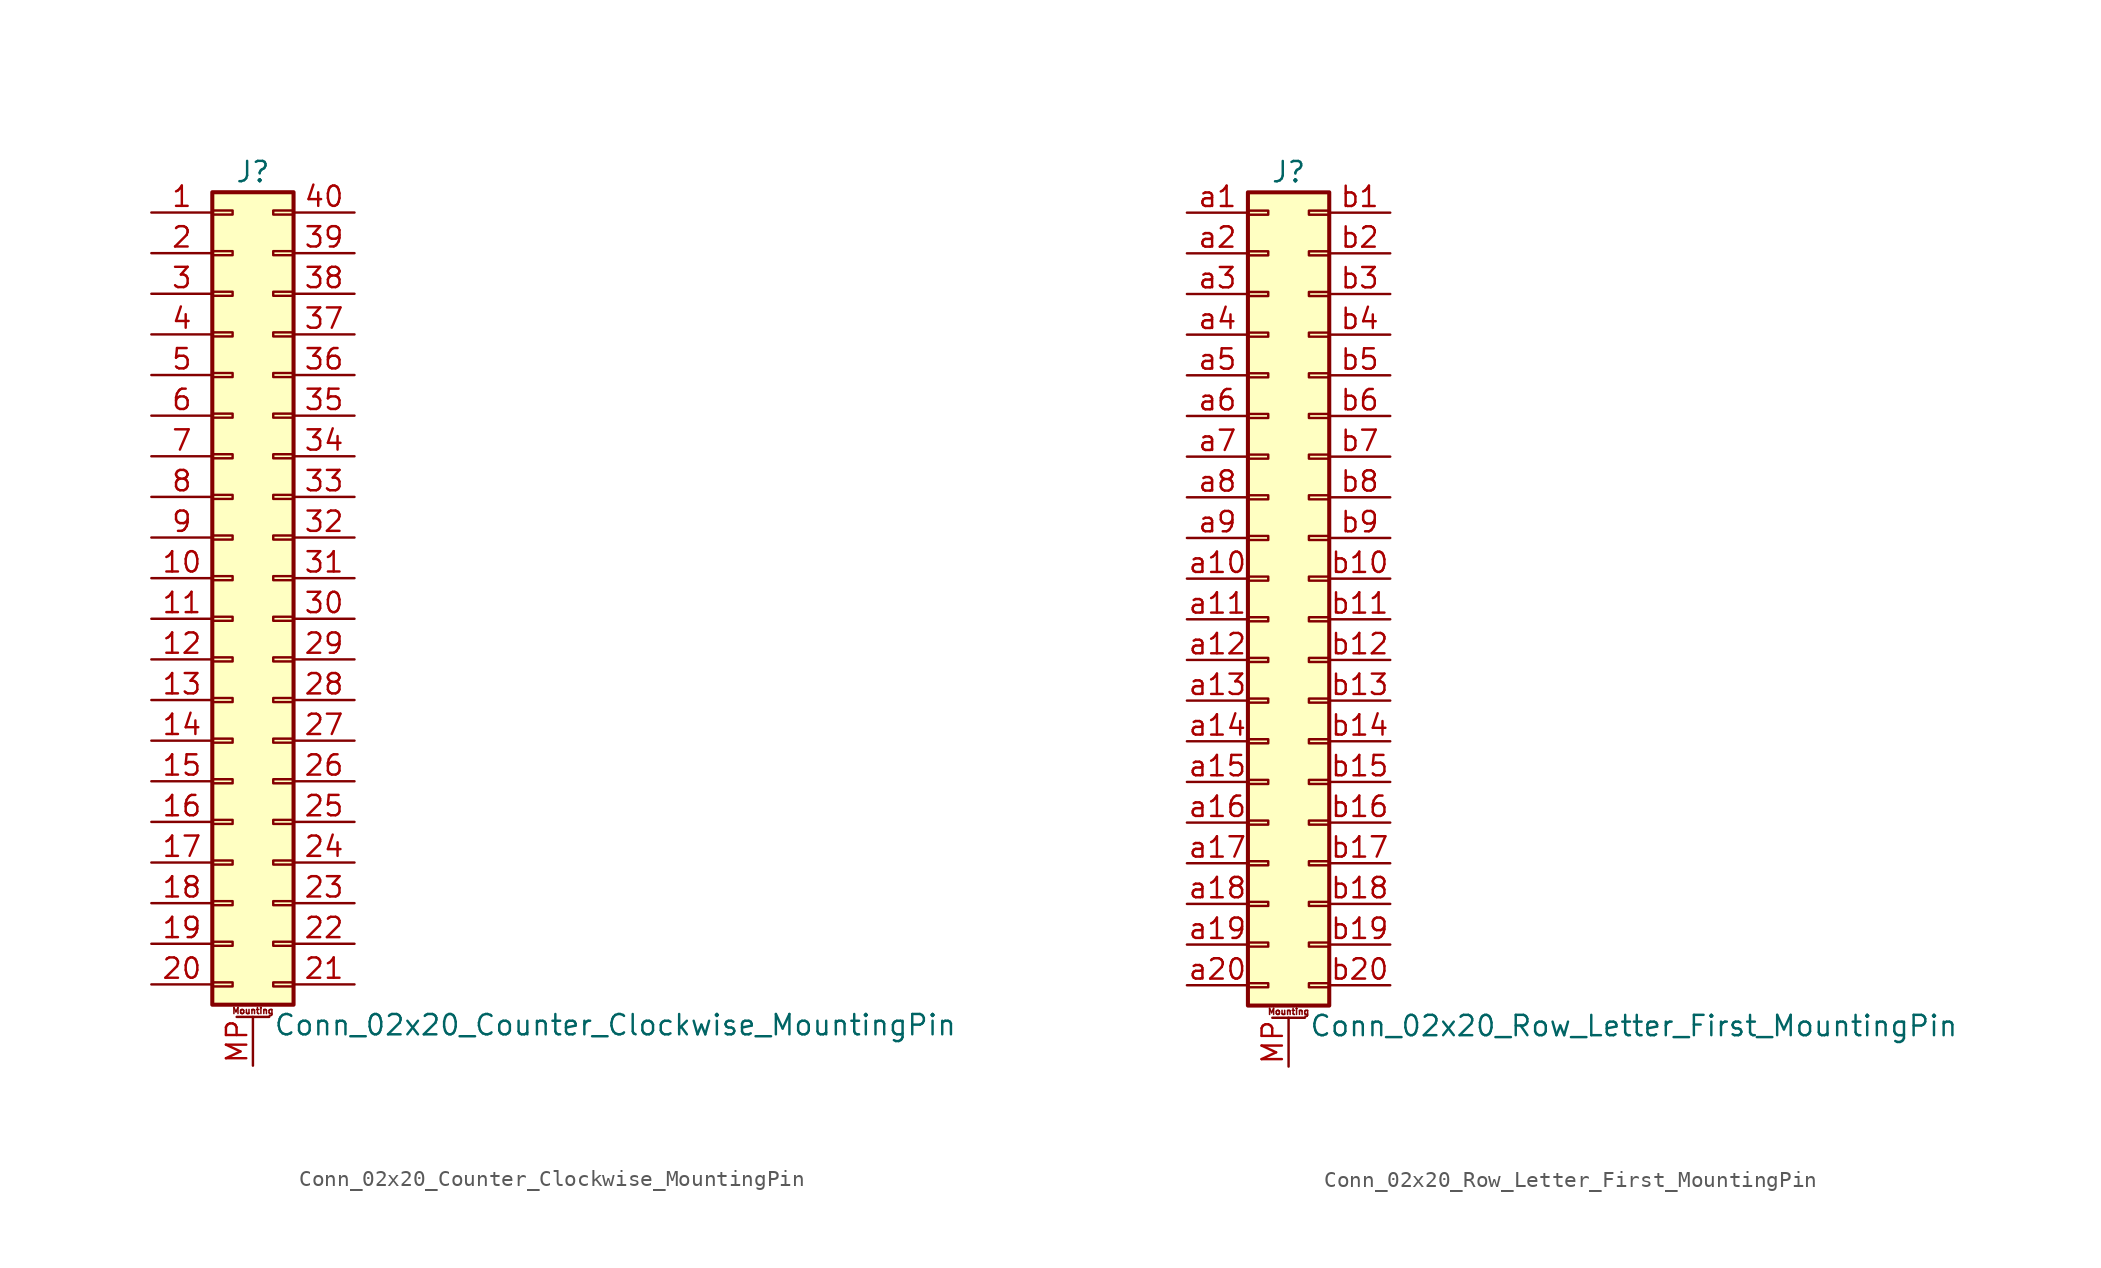
<source format=kicad_sym>
(kicad_symbol_lib
  (version 20201005)
  (generator kicad_symbol_editor)
  (symbol "Connector_Generic_MountingPin:Conn_02x20_Counter_Clockwise_MountingPin"
    (pin_names
      (offset 1.016) hide)
    (property "Reference" "J"
      (at 1.27 25.4 0)
      (effects (font (size 1.27 1.27))))
    (property "Value" "Conn_02x20_Counter_Clockwise_MountingPin"
      (at 2.54 -27.94 0)
      (effects (font (size 1.27 1.27)) (justify left)))
    (symbol "Conn_02x20_Counter_Clockwise_MountingPin_1_1"
      (text "Mounting" (at 1.27 -27.051 0) (effects (font (size 0.381 0.381))))
      (rectangle (start -1.27 -4.953) (end 0 -5.207) (stroke (width 0.152)) (fill (type none)))
      (rectangle (start -1.27 -7.493) (end 0 -7.747) (stroke (width 0.152)) (fill (type none)))
      (rectangle (start -1.27 -10.033) (end 0 -10.287) (stroke (width 0.152)) (fill (type none)))
      (rectangle (start -1.27 -12.573) (end 0 -12.827) (stroke (width 0.152)) (fill (type none)))
      (rectangle (start -1.27 -15.113) (end 0 -15.367) (stroke (width 0.152)) (fill (type none)))
      (rectangle (start -1.27 -17.653) (end 0 -17.907) (stroke (width 0.152)) (fill (type none)))
      (rectangle (start -1.27 -20.193) (end 0 -20.447) (stroke (width 0.152)) (fill (type none)))
      (rectangle (start -1.27 -22.733) (end 0 -22.987) (stroke (width 0.152)) (fill (type none)))
      (rectangle (start -1.27 -2.413) (end 0 -2.667) (stroke (width 0.152)) (fill (type none)))
      (rectangle (start -1.27 -25.273) (end 0 -25.527) (stroke (width 0.152)) (fill (type none)))
      (rectangle (start -1.27 2.667) (end 0 2.413) (stroke (width 0.152)) (fill (type none)))
      (rectangle (start -1.27 5.207) (end 0 4.953) (stroke (width 0.152)) (fill (type none)))
      (rectangle (start -1.27 7.747) (end 0 7.493) (stroke (width 0.152)) (fill (type none)))
      (rectangle (start -1.27 10.287) (end 0 10.033) (stroke (width 0.152)) (fill (type none)))
      (rectangle (start -1.27 0.127) (end 0 -0.127) (stroke (width 0.152)) (fill (type none)))
      (rectangle (start -1.27 12.827) (end 0 12.573) (stroke (width 0.152)) (fill (type none)))
      (rectangle (start -1.27 15.367) (end 0 15.113) (stroke (width 0.152)) (fill (type none)))
      (rectangle (start -1.27 17.907) (end 0 17.653) (stroke (width 0.152)) (fill (type none)))
      (rectangle (start -1.27 20.447) (end 0 20.193) (stroke (width 0.152)) (fill (type none)))
      (rectangle (start -1.27 22.987) (end 0 22.733) (stroke (width 0.152)) (fill (type none)))
      (rectangle (start -1.27 24.13) (end 3.81 -26.67) (stroke (width 0.254)) (fill (type background)))
      (rectangle (start 3.81 -4.953) (end 2.54 -5.207) (stroke (width 0.152)) (fill (type none)))
      (rectangle (start 3.81 -7.493) (end 2.54 -7.747) (stroke (width 0.152)) (fill (type none)))
      (rectangle (start 3.81 -10.033) (end 2.54 -10.287) (stroke (width 0.152)) (fill (type none)))
      (rectangle (start 3.81 -12.573) (end 2.54 -12.827) (stroke (width 0.152)) (fill (type none)))
      (rectangle (start 3.81 -15.113) (end 2.54 -15.367) (stroke (width 0.152)) (fill (type none)))
      (rectangle (start 3.81 -17.653) (end 2.54 -17.907) (stroke (width 0.152)) (fill (type none)))
      (rectangle (start 3.81 -20.193) (end 2.54 -20.447) (stroke (width 0.152)) (fill (type none)))
      (rectangle (start 3.81 -22.733) (end 2.54 -22.987) (stroke (width 0.152)) (fill (type none)))
      (rectangle (start 3.81 -2.413) (end 2.54 -2.667) (stroke (width 0.152)) (fill (type none)))
      (rectangle (start 3.81 -25.273) (end 2.54 -25.527) (stroke (width 0.152)) (fill (type none)))
      (rectangle (start 3.81 2.667) (end 2.54 2.413) (stroke (width 0.152)) (fill (type none)))
      (rectangle (start 3.81 5.207) (end 2.54 4.953) (stroke (width 0.152)) (fill (type none)))
      (rectangle (start 3.81 7.747) (end 2.54 7.493) (stroke (width 0.152)) (fill (type none)))
      (rectangle (start 3.81 10.287) (end 2.54 10.033) (stroke (width 0.152)) (fill (type none)))
      (rectangle (start 3.81 0.127) (end 2.54 -0.127) (stroke (width 0.152)) (fill (type none)))
      (rectangle (start 3.81 12.827) (end 2.54 12.573) (stroke (width 0.152)) (fill (type none)))
      (rectangle (start 3.81 15.367) (end 2.54 15.113) (stroke (width 0.152)) (fill (type none)))
      (rectangle (start 3.81 17.907) (end 2.54 17.653) (stroke (width 0.152)) (fill (type none)))
      (rectangle (start 3.81 20.447) (end 2.54 20.193) (stroke (width 0.152)) (fill (type none)))
      (rectangle (start 3.81 22.987) (end 2.54 22.733) (stroke (width 0.152)) (fill (type none)))
      (polyline (pts (xy 0.254 -27.432) (xy 2.286 -27.432)) (stroke (width 0.152)) (fill (type none)))
      (pin passive line (at 1.27 -30.48 90) (length 3.048) (name "MountPin" (effects (font (size 1.27 1.27)))) (number "MP" (effects (font (size 1.27 1.27)))))
      (pin passive line (at -5.08 22.86 0) (length 3.81) (name "Pin_1" (effects (font (size 1.27 1.27)))) (number "1" (effects (font (size 1.27 1.27)))))
      (pin passive line (at -5.08 0 0) (length 3.81) (name "Pin_10" (effects (font (size 1.27 1.27)))) (number "10" (effects (font (size 1.27 1.27)))))
      (pin passive line (at -5.08 -2.54 0) (length 3.81) (name "Pin_11" (effects (font (size 1.27 1.27)))) (number "11" (effects (font (size 1.27 1.27)))))
      (pin passive line (at -5.08 -5.08 0) (length 3.81) (name "Pin_12" (effects (font (size 1.27 1.27)))) (number "12" (effects (font (size 1.27 1.27)))))
      (pin passive line (at -5.08 -7.62 0) (length 3.81) (name "Pin_13" (effects (font (size 1.27 1.27)))) (number "13" (effects (font (size 1.27 1.27)))))
      (pin passive line (at -5.08 -10.16 0) (length 3.81) (name "Pin_14" (effects (font (size 1.27 1.27)))) (number "14" (effects (font (size 1.27 1.27)))))
      (pin passive line (at -5.08 -12.7 0) (length 3.81) (name "Pin_15" (effects (font (size 1.27 1.27)))) (number "15" (effects (font (size 1.27 1.27)))))
      (pin passive line (at -5.08 -15.24 0) (length 3.81) (name "Pin_16" (effects (font (size 1.27 1.27)))) (number "16" (effects (font (size 1.27 1.27)))))
      (pin passive line (at -5.08 -17.78 0) (length 3.81) (name "Pin_17" (effects (font (size 1.27 1.27)))) (number "17" (effects (font (size 1.27 1.27)))))
      (pin passive line (at -5.08 -20.32 0) (length 3.81) (name "Pin_18" (effects (font (size 1.27 1.27)))) (number "18" (effects (font (size 1.27 1.27)))))
      (pin passive line (at -5.08 -22.86 0) (length 3.81) (name "Pin_19" (effects (font (size 1.27 1.27)))) (number "19" (effects (font (size 1.27 1.27)))))
      (pin passive line (at -5.08 20.32 0) (length 3.81) (name "Pin_2" (effects (font (size 1.27 1.27)))) (number "2" (effects (font (size 1.27 1.27)))))
      (pin passive line (at -5.08 -25.4 0) (length 3.81) (name "Pin_20" (effects (font (size 1.27 1.27)))) (number "20" (effects (font (size 1.27 1.27)))))
      (pin passive line (at 7.62 -25.4 180) (length 3.81) (name "Pin_21" (effects (font (size 1.27 1.27)))) (number "21" (effects (font (size 1.27 1.27)))))
      (pin passive line (at 7.62 -22.86 180) (length 3.81) (name "Pin_22" (effects (font (size 1.27 1.27)))) (number "22" (effects (font (size 1.27 1.27)))))
      (pin passive line (at 7.62 -20.32 180) (length 3.81) (name "Pin_23" (effects (font (size 1.27 1.27)))) (number "23" (effects (font (size 1.27 1.27)))))
      (pin passive line (at 7.62 -17.78 180) (length 3.81) (name "Pin_24" (effects (font (size 1.27 1.27)))) (number "24" (effects (font (size 1.27 1.27)))))
      (pin passive line (at 7.62 -15.24 180) (length 3.81) (name "Pin_25" (effects (font (size 1.27 1.27)))) (number "25" (effects (font (size 1.27 1.27)))))
      (pin passive line (at 7.62 -12.7 180) (length 3.81) (name "Pin_26" (effects (font (size 1.27 1.27)))) (number "26" (effects (font (size 1.27 1.27)))))
      (pin passive line (at 7.62 -10.16 180) (length 3.81) (name "Pin_27" (effects (font (size 1.27 1.27)))) (number "27" (effects (font (size 1.27 1.27)))))
      (pin passive line (at 7.62 -7.62 180) (length 3.81) (name "Pin_28" (effects (font (size 1.27 1.27)))) (number "28" (effects (font (size 1.27 1.27)))))
      (pin passive line (at 7.62 -5.08 180) (length 3.81) (name "Pin_29" (effects (font (size 1.27 1.27)))) (number "29" (effects (font (size 1.27 1.27)))))
      (pin passive line (at -5.08 17.78 0) (length 3.81) (name "Pin_3" (effects (font (size 1.27 1.27)))) (number "3" (effects (font (size 1.27 1.27)))))
      (pin passive line (at 7.62 -2.54 180) (length 3.81) (name "Pin_30" (effects (font (size 1.27 1.27)))) (number "30" (effects (font (size 1.27 1.27)))))
      (pin passive line (at 7.62 0 180) (length 3.81) (name "Pin_31" (effects (font (size 1.27 1.27)))) (number "31" (effects (font (size 1.27 1.27)))))
      (pin passive line (at 7.62 2.54 180) (length 3.81) (name "Pin_32" (effects (font (size 1.27 1.27)))) (number "32" (effects (font (size 1.27 1.27)))))
      (pin passive line (at 7.62 5.08 180) (length 3.81) (name "Pin_33" (effects (font (size 1.27 1.27)))) (number "33" (effects (font (size 1.27 1.27)))))
      (pin passive line (at 7.62 7.62 180) (length 3.81) (name "Pin_34" (effects (font (size 1.27 1.27)))) (number "34" (effects (font (size 1.27 1.27)))))
      (pin passive line (at 7.62 10.16 180) (length 3.81) (name "Pin_35" (effects (font (size 1.27 1.27)))) (number "35" (effects (font (size 1.27 1.27)))))
      (pin passive line (at 7.62 12.7 180) (length 3.81) (name "Pin_36" (effects (font (size 1.27 1.27)))) (number "36" (effects (font (size 1.27 1.27)))))
      (pin passive line (at 7.62 15.24 180) (length 3.81) (name "Pin_37" (effects (font (size 1.27 1.27)))) (number "37" (effects (font (size 1.27 1.27)))))
      (pin passive line (at 7.62 17.78 180) (length 3.81) (name "Pin_38" (effects (font (size 1.27 1.27)))) (number "38" (effects (font (size 1.27 1.27)))))
      (pin passive line (at 7.62 20.32 180) (length 3.81) (name "Pin_39" (effects (font (size 1.27 1.27)))) (number "39" (effects (font (size 1.27 1.27)))))
      (pin passive line (at -5.08 15.24 0) (length 3.81) (name "Pin_4" (effects (font (size 1.27 1.27)))) (number "4" (effects (font (size 1.27 1.27)))))
      (pin passive line (at 7.62 22.86 180) (length 3.81) (name "Pin_40" (effects (font (size 1.27 1.27)))) (number "40" (effects (font (size 1.27 1.27)))))
      (pin passive line (at -5.08 12.7 0) (length 3.81) (name "Pin_5" (effects (font (size 1.27 1.27)))) (number "5" (effects (font (size 1.27 1.27)))))
      (pin passive line (at -5.08 10.16 0) (length 3.81) (name "Pin_6" (effects (font (size 1.27 1.27)))) (number "6" (effects (font (size 1.27 1.27)))))
      (pin passive line (at -5.08 7.62 0) (length 3.81) (name "Pin_7" (effects (font (size 1.27 1.27)))) (number "7" (effects (font (size 1.27 1.27)))))
      (pin passive line (at -5.08 5.08 0) (length 3.81) (name "Pin_8" (effects (font (size 1.27 1.27)))) (number "8" (effects (font (size 1.27 1.27)))))
      (pin passive line (at -5.08 2.54 0) (length 3.81) (name "Pin_9" (effects (font (size 1.27 1.27)))) (number "9" (effects (font (size 1.27 1.27)))))))
  (symbol "Connector_Generic_MountingPin:Conn_02x20_Row_Letter_First_MountingPin"
    (pin_names
      (offset 1.016) hide)
    (property "Reference" "J"
      (at 1.27 25.4 0)
      (effects (font (size 1.27 1.27))))
    (property "Value" "Conn_02x20_Row_Letter_First_MountingPin"
      (at 2.54 -27.94 0)
      (effects (font (size 1.27 1.27)) (justify left)))
    (symbol "Conn_02x20_Row_Letter_First_MountingPin_1_1"
      (text "Mounting" (at 1.27 -27.051 0) (effects (font (size 0.381 0.381))))
      (rectangle (start -1.27 -4.953) (end 0 -5.207) (stroke (width 0.152)) (fill (type none)))
      (rectangle (start -1.27 -7.493) (end 0 -7.747) (stroke (width 0.152)) (fill (type none)))
      (rectangle (start -1.27 -10.033) (end 0 -10.287) (stroke (width 0.152)) (fill (type none)))
      (rectangle (start -1.27 -12.573) (end 0 -12.827) (stroke (width 0.152)) (fill (type none)))
      (rectangle (start -1.27 -15.113) (end 0 -15.367) (stroke (width 0.152)) (fill (type none)))
      (rectangle (start -1.27 -17.653) (end 0 -17.907) (stroke (width 0.152)) (fill (type none)))
      (rectangle (start -1.27 -20.193) (end 0 -20.447) (stroke (width 0.152)) (fill (type none)))
      (rectangle (start -1.27 -22.733) (end 0 -22.987) (stroke (width 0.152)) (fill (type none)))
      (rectangle (start -1.27 -2.413) (end 0 -2.667) (stroke (width 0.152)) (fill (type none)))
      (rectangle (start -1.27 -25.273) (end 0 -25.527) (stroke (width 0.152)) (fill (type none)))
      (rectangle (start -1.27 2.667) (end 0 2.413) (stroke (width 0.152)) (fill (type none)))
      (rectangle (start -1.27 5.207) (end 0 4.953) (stroke (width 0.152)) (fill (type none)))
      (rectangle (start -1.27 7.747) (end 0 7.493) (stroke (width 0.152)) (fill (type none)))
      (rectangle (start -1.27 10.287) (end 0 10.033) (stroke (width 0.152)) (fill (type none)))
      (rectangle (start -1.27 0.127) (end 0 -0.127) (stroke (width 0.152)) (fill (type none)))
      (rectangle (start -1.27 12.827) (end 0 12.573) (stroke (width 0.152)) (fill (type none)))
      (rectangle (start -1.27 15.367) (end 0 15.113) (stroke (width 0.152)) (fill (type none)))
      (rectangle (start -1.27 17.907) (end 0 17.653) (stroke (width 0.152)) (fill (type none)))
      (rectangle (start -1.27 20.447) (end 0 20.193) (stroke (width 0.152)) (fill (type none)))
      (rectangle (start -1.27 22.987) (end 0 22.733) (stroke (width 0.152)) (fill (type none)))
      (rectangle (start -1.27 24.13) (end 3.81 -26.67) (stroke (width 0.254)) (fill (type background)))
      (rectangle (start 3.81 -4.953) (end 2.54 -5.207) (stroke (width 0.152)) (fill (type none)))
      (rectangle (start 3.81 -7.493) (end 2.54 -7.747) (stroke (width 0.152)) (fill (type none)))
      (rectangle (start 3.81 -10.033) (end 2.54 -10.287) (stroke (width 0.152)) (fill (type none)))
      (rectangle (start 3.81 -12.573) (end 2.54 -12.827) (stroke (width 0.152)) (fill (type none)))
      (rectangle (start 3.81 -15.113) (end 2.54 -15.367) (stroke (width 0.152)) (fill (type none)))
      (rectangle (start 3.81 -17.653) (end 2.54 -17.907) (stroke (width 0.152)) (fill (type none)))
      (rectangle (start 3.81 -20.193) (end 2.54 -20.447) (stroke (width 0.152)) (fill (type none)))
      (rectangle (start 3.81 -22.733) (end 2.54 -22.987) (stroke (width 0.152)) (fill (type none)))
      (rectangle (start 3.81 -2.413) (end 2.54 -2.667) (stroke (width 0.152)) (fill (type none)))
      (rectangle (start 3.81 -25.273) (end 2.54 -25.527) (stroke (width 0.152)) (fill (type none)))
      (rectangle (start 3.81 2.667) (end 2.54 2.413) (stroke (width 0.152)) (fill (type none)))
      (rectangle (start 3.81 5.207) (end 2.54 4.953) (stroke (width 0.152)) (fill (type none)))
      (rectangle (start 3.81 7.747) (end 2.54 7.493) (stroke (width 0.152)) (fill (type none)))
      (rectangle (start 3.81 10.287) (end 2.54 10.033) (stroke (width 0.152)) (fill (type none)))
      (rectangle (start 3.81 0.127) (end 2.54 -0.127) (stroke (width 0.152)) (fill (type none)))
      (rectangle (start 3.81 12.827) (end 2.54 12.573) (stroke (width 0.152)) (fill (type none)))
      (rectangle (start 3.81 15.367) (end 2.54 15.113) (stroke (width 0.152)) (fill (type none)))
      (rectangle (start 3.81 17.907) (end 2.54 17.653) (stroke (width 0.152)) (fill (type none)))
      (rectangle (start 3.81 20.447) (end 2.54 20.193) (stroke (width 0.152)) (fill (type none)))
      (rectangle (start 3.81 22.987) (end 2.54 22.733) (stroke (width 0.152)) (fill (type none)))
      (polyline (pts (xy 0.254 -27.432) (xy 2.286 -27.432)) (stroke (width 0.152)) (fill (type none)))
      (pin passive line (at 1.27 -30.48 90) (length 3.048) (name "MountPin" (effects (font (size 1.27 1.27)))) (number "MP" (effects (font (size 1.27 1.27)))))
      (pin passive line (at -5.08 22.86 0) (length 3.81) (name "Pin_a1" (effects (font (size 1.27 1.27)))) (number "a1" (effects (font (size 1.27 1.27)))))
      (pin passive line (at -5.08 0 0) (length 3.81) (name "Pin_a10" (effects (font (size 1.27 1.27)))) (number "a10" (effects (font (size 1.27 1.27)))))
      (pin passive line (at -5.08 -2.54 0) (length 3.81) (name "Pin_a11" (effects (font (size 1.27 1.27)))) (number "a11" (effects (font (size 1.27 1.27)))))
      (pin passive line (at -5.08 -5.08 0) (length 3.81) (name "Pin_a12" (effects (font (size 1.27 1.27)))) (number "a12" (effects (font (size 1.27 1.27)))))
      (pin passive line (at -5.08 -7.62 0) (length 3.81) (name "Pin_a13" (effects (font (size 1.27 1.27)))) (number "a13" (effects (font (size 1.27 1.27)))))
      (pin passive line (at -5.08 -10.16 0) (length 3.81) (name "Pin_a14" (effects (font (size 1.27 1.27)))) (number "a14" (effects (font (size 1.27 1.27)))))
      (pin passive line (at -5.08 -12.7 0) (length 3.81) (name "Pin_a15" (effects (font (size 1.27 1.27)))) (number "a15" (effects (font (size 1.27 1.27)))))
      (pin passive line (at -5.08 -15.24 0) (length 3.81) (name "Pin_a16" (effects (font (size 1.27 1.27)))) (number "a16" (effects (font (size 1.27 1.27)))))
      (pin passive line (at -5.08 -17.78 0) (length 3.81) (name "Pin_a17" (effects (font (size 1.27 1.27)))) (number "a17" (effects (font (size 1.27 1.27)))))
      (pin passive line (at -5.08 -20.32 0) (length 3.81) (name "Pin_a18" (effects (font (size 1.27 1.27)))) (number "a18" (effects (font (size 1.27 1.27)))))
      (pin passive line (at -5.08 -22.86 0) (length 3.81) (name "Pin_a19" (effects (font (size 1.27 1.27)))) (number "a19" (effects (font (size 1.27 1.27)))))
      (pin passive line (at -5.08 20.32 0) (length 3.81) (name "Pin_a2" (effects (font (size 1.27 1.27)))) (number "a2" (effects (font (size 1.27 1.27)))))
      (pin passive line (at -5.08 -25.4 0) (length 3.81) (name "Pin_a20" (effects (font (size 1.27 1.27)))) (number "a20" (effects (font (size 1.27 1.27)))))
      (pin passive line (at -5.08 17.78 0) (length 3.81) (name "Pin_a3" (effects (font (size 1.27 1.27)))) (number "a3" (effects (font (size 1.27 1.27)))))
      (pin passive line (at -5.08 15.24 0) (length 3.81) (name "Pin_a4" (effects (font (size 1.27 1.27)))) (number "a4" (effects (font (size 1.27 1.27)))))
      (pin passive line (at -5.08 12.7 0) (length 3.81) (name "Pin_a5" (effects (font (size 1.27 1.27)))) (number "a5" (effects (font (size 1.27 1.27)))))
      (pin passive line (at -5.08 10.16 0) (length 3.81) (name "Pin_a6" (effects (font (size 1.27 1.27)))) (number "a6" (effects (font (size 1.27 1.27)))))
      (pin passive line (at -5.08 7.62 0) (length 3.81) (name "Pin_a7" (effects (font (size 1.27 1.27)))) (number "a7" (effects (font (size 1.27 1.27)))))
      (pin passive line (at -5.08 5.08 0) (length 3.81) (name "Pin_a8" (effects (font (size 1.27 1.27)))) (number "a8" (effects (font (size 1.27 1.27)))))
      (pin passive line (at -5.08 2.54 0) (length 3.81) (name "Pin_a9" (effects (font (size 1.27 1.27)))) (number "a9" (effects (font (size 1.27 1.27)))))
      (pin passive line (at 7.62 22.86 180) (length 3.81) (name "Pin_b1" (effects (font (size 1.27 1.27)))) (number "b1" (effects (font (size 1.27 1.27)))))
      (pin passive line (at 7.62 0 180) (length 3.81) (name "Pin_b10" (effects (font (size 1.27 1.27)))) (number "b10" (effects (font (size 1.27 1.27)))))
      (pin passive line (at 7.62 -2.54 180) (length 3.81) (name "Pin_b11" (effects (font (size 1.27 1.27)))) (number "b11" (effects (font (size 1.27 1.27)))))
      (pin passive line (at 7.62 -5.08 180) (length 3.81) (name "Pin_b12" (effects (font (size 1.27 1.27)))) (number "b12" (effects (font (size 1.27 1.27)))))
      (pin passive line (at 7.62 -7.62 180) (length 3.81) (name "Pin_b13" (effects (font (size 1.27 1.27)))) (number "b13" (effects (font (size 1.27 1.27)))))
      (pin passive line (at 7.62 -10.16 180) (length 3.81) (name "Pin_b14" (effects (font (size 1.27 1.27)))) (number "b14" (effects (font (size 1.27 1.27)))))
      (pin passive line (at 7.62 -12.7 180) (length 3.81) (name "Pin_b15" (effects (font (size 1.27 1.27)))) (number "b15" (effects (font (size 1.27 1.27)))))
      (pin passive line (at 7.62 -15.24 180) (length 3.81) (name "Pin_b16" (effects (font (size 1.27 1.27)))) (number "b16" (effects (font (size 1.27 1.27)))))
      (pin passive line (at 7.62 -17.78 180) (length 3.81) (name "Pin_b17" (effects (font (size 1.27 1.27)))) (number "b17" (effects (font (size 1.27 1.27)))))
      (pin passive line (at 7.62 -20.32 180) (length 3.81) (name "Pin_b18" (effects (font (size 1.27 1.27)))) (number "b18" (effects (font (size 1.27 1.27)))))
      (pin passive line (at 7.62 -22.86 180) (length 3.81) (name "Pin_b19" (effects (font (size 1.27 1.27)))) (number "b19" (effects (font (size 1.27 1.27)))))
      (pin passive line (at 7.62 20.32 180) (length 3.81) (name "Pin_b2" (effects (font (size 1.27 1.27)))) (number "b2" (effects (font (size 1.27 1.27)))))
      (pin passive line (at 7.62 -25.4 180) (length 3.81) (name "Pin_b20" (effects (font (size 1.27 1.27)))) (number "b20" (effects (font (size 1.27 1.27)))))
      (pin passive line (at 7.62 17.78 180) (length 3.81) (name "Pin_b3" (effects (font (size 1.27 1.27)))) (number "b3" (effects (font (size 1.27 1.27)))))
      (pin passive line (at 7.62 15.24 180) (length 3.81) (name "Pin_b4" (effects (font (size 1.27 1.27)))) (number "b4" (effects (font (size 1.27 1.27)))))
      (pin passive line (at 7.62 12.7 180) (length 3.81) (name "Pin_b5" (effects (font (size 1.27 1.27)))) (number "b5" (effects (font (size 1.27 1.27)))))
      (pin passive line (at 7.62 10.16 180) (length 3.81) (name "Pin_b6" (effects (font (size 1.27 1.27)))) (number "b6" (effects (font (size 1.27 1.27)))))
      (pin passive line (at 7.62 7.62 180) (length 3.81) (name "Pin_b7" (effects (font (size 1.27 1.27)))) (number "b7" (effects (font (size 1.27 1.27)))))
      (pin passive line (at 7.62 5.08 180) (length 3.81) (name "Pin_b8" (effects (font (size 1.27 1.27)))) (number "b8" (effects (font (size 1.27 1.27)))))
      (pin passive line (at 7.62 2.54 180) (length 3.81) (name "Pin_b9" (effects (font (size 1.27 1.27)))) (number "b9" (effects (font (size 1.27 1.27))))))))
</source>
